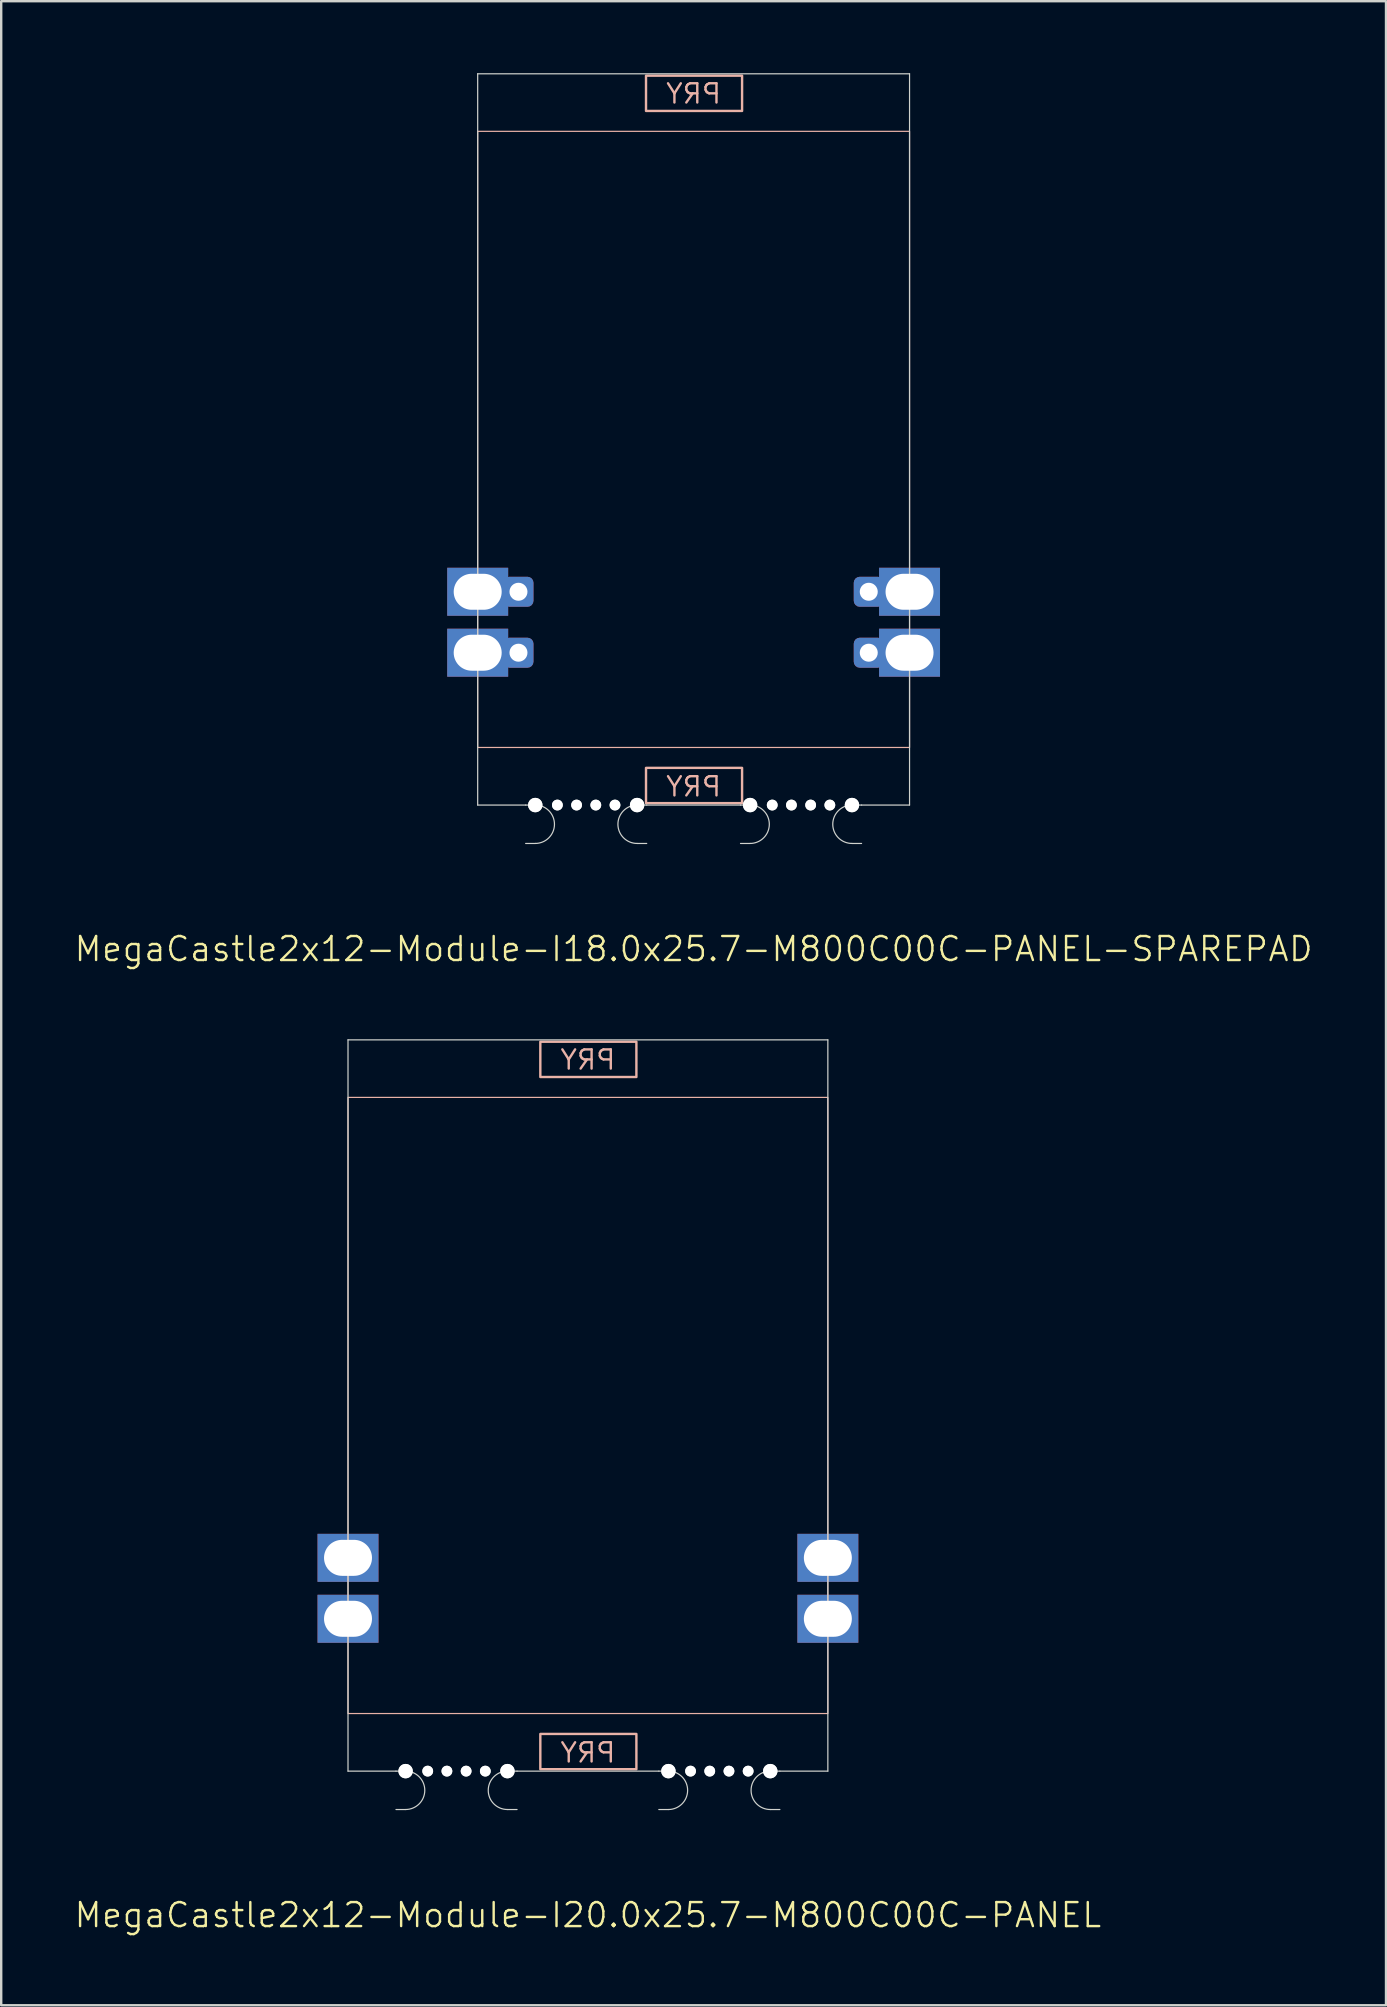
<source format=kicad_pcb>
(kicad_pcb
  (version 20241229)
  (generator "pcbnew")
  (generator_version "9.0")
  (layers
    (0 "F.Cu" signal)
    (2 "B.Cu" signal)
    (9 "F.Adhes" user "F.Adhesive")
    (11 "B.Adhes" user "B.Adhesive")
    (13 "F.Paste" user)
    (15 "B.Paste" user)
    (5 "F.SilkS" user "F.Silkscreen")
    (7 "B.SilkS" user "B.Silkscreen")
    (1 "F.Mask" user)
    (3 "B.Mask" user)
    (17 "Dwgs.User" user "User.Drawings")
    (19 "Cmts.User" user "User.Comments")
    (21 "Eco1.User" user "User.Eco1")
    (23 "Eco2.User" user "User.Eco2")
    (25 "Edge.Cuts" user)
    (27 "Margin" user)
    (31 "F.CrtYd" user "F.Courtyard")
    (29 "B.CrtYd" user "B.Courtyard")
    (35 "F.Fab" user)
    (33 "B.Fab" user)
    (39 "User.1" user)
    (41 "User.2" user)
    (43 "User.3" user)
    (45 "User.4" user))
  (footprint "MegaCastle2x12-Module-I18.0x25.7-M800C00C-PANEL-SPAREPAD"
    (layer "F.Cu")
    (at 25.86 15.265)
    (property "Reference" "MegaCastle2x12-Module-I18.0x25.7-M800C00C-PANEL-SPAREPAD" (at 0 21.24 0) (unlocked yes) (layer "F.SilkS") (effects (font (size 1 1) (thickness 0.1))))
    (attr smd)
    (fp_rect (start -9 12.84) (end 9 -12.84) (stroke (width 0.05) (type default)) (fill no) (layer "B.SilkS"))
    (fp_rect (start -1.984 -13.691) (end 2.02 -15.16) (stroke (width 0.1) (type default)) (fill no) (layer "B.SilkS"))
    (fp_rect (start -1.984 13.691) (end 2.02 15.16) (stroke (width 0.1) (type default)) (fill no) (layer "B.SilkS"))
    (fp_line (start -9 -15.24) (end -9 15.24) (stroke (width 0.05) (type default)) (layer "Edge.Cuts"))
    (fp_line (start -9 -15.24) (end 9 -15.24) (stroke (width 0.05) (type default)) (layer "Edge.Cuts"))
    (fp_line (start -9 15.24) (end -7 15.24) (stroke (width 0.05) (type default)) (layer "Edge.Cuts"))
    (fp_line (start -7 15.24) (end -6.6 15.24) (stroke (width 0.05) (type default)) (layer "Edge.Cuts"))
    (fp_line (start -7 16.84) (end -6.6 16.84) (stroke (width 0.05) (type default)) (layer "Edge.Cuts"))
    (fp_line (start -1.955 15.24) (end -2.355 15.24) (stroke (width 0.05) (type default)) (layer "Edge.Cuts"))
    (fp_line (start -1.955 15.24) (end 1.955 15.24) (stroke (width 0.05) (type default)) (layer "Edge.Cuts"))
    (fp_line (start -1.955 16.84) (end -2.355 16.84) (stroke (width 0.05) (type default)) (layer "Edge.Cuts"))
    (fp_line (start 1.955 15.24) (end 2.355 15.24) (stroke (width 0.05) (type default)) (layer "Edge.Cuts"))
    (fp_line (start 1.955 16.84) (end 2.355 16.84) (stroke (width 0.05) (type default)) (layer "Edge.Cuts"))
    (fp_line (start 7 15.24) (end 6.6 15.24) (stroke (width 0.05) (type default)) (layer "Edge.Cuts"))
    (fp_line (start 7 15.24) (end 9 15.24) (stroke (width 0.05) (type default)) (layer "Edge.Cuts"))
    (fp_line (start 7 16.84) (end 6.6 16.84) (stroke (width 0.05) (type default)) (layer "Edge.Cuts"))
    (fp_line (start 9 -15.24) (end 9 15.24) (stroke (width 0.05) (type default)) (layer "Edge.Cuts"))
    (fp_arc (start -6.6 15.24) (mid -5.8 16.040001) (end -6.6 16.84) (stroke (width 0.05) (type default)) (layer "Edge.Cuts"))
    (fp_arc (start -2.355 16.84) (mid -3.155 16.04) (end -2.355 15.24) (stroke (width 0.05) (type default)) (layer "Edge.Cuts"))
    (fp_arc (start 2.355 15.24) (mid 3.155 16.040001) (end 2.355 16.84) (stroke (width 0.05) (type default)) (layer "Edge.Cuts"))
    (fp_arc (start 6.6 16.84) (mid 5.8 16.04) (end 6.6 15.24) (stroke (width 0.05) (type default)) (layer "Edge.Cuts"))
    (fp_text user "PRY" (at 0 -13.94 0) (unlocked yes) (layer "B.SilkS") (effects (font (size 0.8 0.8) (thickness 0.1)) (justify bottom mirror)))
    (fp_text user "PRY" (at 0 14.94 0) (unlocked yes) (layer "B.SilkS") (effects (font (size 0.8 0.8) (thickness 0.1)) (justify bottom mirror)))
    (pad "" np_thru_hole circle (at -6.6 15.24) (size 0.6 0.6) (drill 0.6) (layers "*.Cu" "Edge.Cuts"))
    (pad "" np_thru_hole circle (at -5.678 15.24) (size 0.45 0.45) (drill 0.45) (layers "*.Cu" "Edge.Cuts"))
    (pad "" np_thru_hole circle (at -4.878 15.24) (size 0.45 0.45) (drill 0.45) (layers "*.Cu" "Edge.Cuts"))
    (pad "" np_thru_hole circle (at -4.077 15.24) (size 0.45 0.45) (drill 0.45) (layers "*.Cu" "Edge.Cuts"))
    (pad "" np_thru_hole circle (at -3.277 15.24) (size 0.45 0.45) (drill 0.45) (layers "*.Cu" "Edge.Cuts"))
    (pad "" np_thru_hole circle (at -2.355 15.24) (size 0.6 0.6) (drill 0.6) (layers "*.Cu" "Edge.Cuts"))
    (pad "" np_thru_hole circle (at 2.355 15.24) (size 0.6 0.6) (drill 0.6) (layers "*.Cu" "Edge.Cuts"))
    (pad "" np_thru_hole circle (at 3.277 15.24) (size 0.45 0.45) (drill 0.45) (layers "*.Cu" "Edge.Cuts"))
    (pad "" np_thru_hole circle (at 4.077 15.24) (size 0.45 0.45) (drill 0.45) (layers "*.Cu" "Edge.Cuts"))
    (pad "" np_thru_hole circle (at 4.878 15.24) (size 0.45 0.45) (drill 0.45) (layers "*.Cu" "Edge.Cuts"))
    (pad "" np_thru_hole circle (at 5.678 15.24) (size 0.45 0.45) (drill 0.45) (layers "*.Cu" "Edge.Cuts"))
    (pad "" np_thru_hole circle (at 6.6 15.24) (size 0.6 0.6) (drill 0.6) (layers "*.Cu" "Edge.Cuts"))
    (pad "9" thru_hole rect (at -9 6.35) (size 2.54 2) (drill oval 2 1.5) (property pad_prop_castellated) (layers "*.Cu" "*.Mask"))
    (pad "9" thru_hole roundrect (at -7.3 6.35 180) (size 1.25 1.25) (drill 0.75) (layers "*.Cu" "*.Mask") (roundrect_rratio 0.2))
    (pad "10" thru_hole rect (at -9 8.89) (size 2.54 2) (drill oval 2 1.5) (property pad_prop_castellated) (layers "*.Cu" "*.Mask"))
    (pad "10" thru_hole roundrect (at -7.3 8.89 180) (size 1.25 1.25) (drill 0.75) (layers "*.Cu" "*.Mask") (roundrect_rratio 0.2))
    (pad "21" thru_hole roundrect (at 7.3 6.35 180) (size 1.25 1.25) (drill 0.75) (layers "*.Cu" "*.Mask") (roundrect_rratio 0.2))
    (pad "21" thru_hole rect (at 9 6.35) (size 2.54 2) (drill oval 2 1.5) (property pad_prop_castellated) (layers "*.Cu" "*.Mask"))
    (pad "22" thru_hole roundrect (at 7.3 8.89 180) (size 1.25 1.25) (drill 0.75) (layers "*.Cu" "*.Mask") (roundrect_rratio 0.2))
    (pad "22" thru_hole rect (at 9 8.89) (size 2.54 2) (drill oval 2 1.5) (property pad_prop_castellated) (layers "*.Cu" "*.Mask"))
    (zone (net_name "") (layer "B.Cu") (hatch edge 0.5) (connect_pads) (min_thickness 0.25) (filled_areas_thickness no) (keepout (tracks allowed) (vias allowed) (pads allowed) (copperpour allowed) (footprints not_allowed)) (placement (enabled no)) (fill) (polygon (pts (xy 16.86 30.505) (xy 16.86 0.025))))
    (zone (net_name "") (layer "B.Cu") (hatch edge 0.5) (connect_pads) (min_thickness 0.25) (filled_areas_thickness no) (keepout (tracks allowed) (vias allowed) (pads allowed) (copperpour allowed) (footprints not_allowed)) (placement (enabled no)) (fill) (polygon (pts (xy 34.86 30.505) (xy 34.86 0.025))))
    (zone (net_name "") (layer "B.Cu") (hatch edge 0.5) (connect_pads) (min_thickness 0.25) (filled_areas_thickness no) (keepout (tracks allowed) (vias allowed) (pads allowed) (copperpour allowed) (footprints not_allowed)) (placement (enabled no)) (fill) (polygon (pts (xy 16.86 0.025) (xy 16.86 2.425) (xy 34.86 2.425) (xy 34.86 0.025))))
    (zone (net_name "") (layer "B.Cu") (hatch edge 0.5) (connect_pads) (min_thickness 0.25) (filled_areas_thickness no) (keepout (tracks allowed) (vias allowed) (pads allowed) (copperpour allowed) (footprints not_allowed)) (placement (enabled no)) (fill) (polygon (pts (xy 16.86 30.505) (xy 16.86 28.105) (xy 34.86 28.105) (xy 34.86 30.505))))
    (zone (net_name "") (layer "B.Cu") (name "Upper Pry Zone") (hatch edge 0.5) (connect_pads) (min_thickness 0.25) (filled_areas_thickness no) (keepout (tracks not_allowed) (vias not_allowed) (pads not_allowed) (copperpour allowed) (footprints not_allowed)) (placement (enabled no)) (fill) (polygon (pts (xy 23.875 1.574) (xy 23.875 0.105) (xy 27.879 0.105) (xy 27.879 1.574))))
    (zone (net_name "") (layer "B.Cu") (name "Upper Pry Zone") (hatch edge 0.5) (connect_pads) (min_thickness 0.25) (filled_areas_thickness no) (keepout (tracks not_allowed) (vias not_allowed) (pads not_allowed) (copperpour allowed) (footprints not_allowed)) (placement (enabled no)) (fill) (polygon (pts (xy 23.875 28.956) (xy 23.875 30.425) (xy 27.879 30.425) (xy 27.879 28.956)))))
  (footprint "MegaCastle2x12-Module-I20.0x25.7-M800C00C-PANEL"
    (layer "F.Cu")
    (at 21.455 55.531)
    (property "Reference" "MegaCastle2x12-Module-I20.0x25.7-M800C00C-PANEL" (at 0 21.24 0) (unlocked yes) (layer "F.SilkS") (effects (font (size 1 1) (thickness 0.1))))
    (attr smd)
    (fp_rect (start -10 12.84) (end 10 -12.84) (stroke (width 0.05) (type default)) (fill no) (layer "B.SilkS"))
    (fp_rect (start -1.984 -13.691) (end 2.02 -15.16) (stroke (width 0.1) (type default)) (fill no) (layer "B.SilkS"))
    (fp_rect (start -1.984 13.691) (end 2.02 15.16) (stroke (width 0.1) (type default)) (fill no) (layer "B.SilkS"))
    (fp_line (start -10 -15.24) (end -10 15.24) (stroke (width 0.05) (type default)) (layer "Edge.Cuts"))
    (fp_line (start -10 -15.24) (end 10 -15.24) (stroke (width 0.05) (type default)) (layer "Edge.Cuts"))
    (fp_line (start -10 15.24) (end -8 15.24) (stroke (width 0.05) (type default)) (layer "Edge.Cuts"))
    (fp_line (start -8 15.24) (end -7.6 15.24) (stroke (width 0.05) (type default)) (layer "Edge.Cuts"))
    (fp_line (start -8 16.84) (end -7.6 16.84) (stroke (width 0.05) (type default)) (layer "Edge.Cuts"))
    (fp_line (start -2.955 15.24) (end -3.355 15.24) (stroke (width 0.05) (type default)) (layer "Edge.Cuts"))
    (fp_line (start -2.955 15.24) (end 2.955 15.24) (stroke (width 0.05) (type default)) (layer "Edge.Cuts"))
    (fp_line (start -2.955 16.84) (end -3.355 16.84) (stroke (width 0.05) (type default)) (layer "Edge.Cuts"))
    (fp_line (start 2.955 15.24) (end 3.355 15.24) (stroke (width 0.05) (type default)) (layer "Edge.Cuts"))
    (fp_line (start 2.955 16.84) (end 3.355 16.84) (stroke (width 0.05) (type default)) (layer "Edge.Cuts"))
    (fp_line (start 8 15.24) (end 7.6 15.24) (stroke (width 0.05) (type default)) (layer "Edge.Cuts"))
    (fp_line (start 8 15.24) (end 10 15.24) (stroke (width 0.05) (type default)) (layer "Edge.Cuts"))
    (fp_line (start 8 16.84) (end 7.6 16.84) (stroke (width 0.05) (type default)) (layer "Edge.Cuts"))
    (fp_line (start 10 -15.24) (end 10 15.24) (stroke (width 0.05) (type default)) (layer "Edge.Cuts"))
    (fp_arc (start -7.6 15.24) (mid -6.8 16.040001) (end -7.6 16.84) (stroke (width 0.05) (type default)) (layer "Edge.Cuts"))
    (fp_arc (start -3.355 16.84) (mid -4.155 16.04) (end -3.355 15.24) (stroke (width 0.05) (type default)) (layer "Edge.Cuts"))
    (fp_arc (start 3.355 15.24) (mid 4.155 16.040001) (end 3.355 16.84) (stroke (width 0.05) (type default)) (layer "Edge.Cuts"))
    (fp_arc (start 7.6 16.84) (mid 6.8 16.04) (end 7.6 15.24) (stroke (width 0.05) (type default)) (layer "Edge.Cuts"))
    (fp_text user "PRY" (at 0 14.94 0) (unlocked yes) (layer "B.SilkS") (effects (font (size 0.8 0.8) (thickness 0.1)) (justify bottom mirror)))
    (fp_text user "PRY" (at 0 -13.94 0) (unlocked yes) (layer "B.SilkS") (effects (font (size 0.8 0.8) (thickness 0.1)) (justify bottom mirror)))
    (pad "" np_thru_hole circle (at -7.6 15.24) (size 0.6 0.6) (drill 0.6) (layers "*.Cu" "Edge.Cuts"))
    (pad "" np_thru_hole circle (at -6.678 15.24) (size 0.45 0.45) (drill 0.45) (layers "*.Cu" "Edge.Cuts"))
    (pad "" np_thru_hole circle (at -5.878 15.24) (size 0.45 0.45) (drill 0.45) (layers "*.Cu" "Edge.Cuts"))
    (pad "" np_thru_hole circle (at -5.077 15.24) (size 0.45 0.45) (drill 0.45) (layers "*.Cu" "Edge.Cuts"))
    (pad "" np_thru_hole circle (at -4.277 15.24) (size 0.45 0.45) (drill 0.45) (layers "*.Cu" "Edge.Cuts"))
    (pad "" np_thru_hole circle (at -3.355 15.24) (size 0.6 0.6) (drill 0.6) (layers "*.Cu" "Edge.Cuts"))
    (pad "" np_thru_hole circle (at 3.355 15.24) (size 0.6 0.6) (drill 0.6) (layers "*.Cu" "Edge.Cuts"))
    (pad "" np_thru_hole circle (at 4.277 15.24) (size 0.45 0.45) (drill 0.45) (layers "*.Cu" "Edge.Cuts"))
    (pad "" np_thru_hole circle (at 5.077 15.24) (size 0.45 0.45) (drill 0.45) (layers "*.Cu" "Edge.Cuts"))
    (pad "" np_thru_hole circle (at 5.878 15.24) (size 0.45 0.45) (drill 0.45) (layers "*.Cu" "Edge.Cuts"))
    (pad "" np_thru_hole circle (at 6.678 15.24) (size 0.45 0.45) (drill 0.45) (layers "*.Cu" "Edge.Cuts"))
    (pad "" np_thru_hole circle (at 7.6 15.24) (size 0.6 0.6) (drill 0.6) (layers "*.Cu" "Edge.Cuts"))
    (pad "9" thru_hole rect (at -10 6.35) (size 2.54 2) (drill oval 2 1.5) (property pad_prop_castellated) (layers "*.Cu" "*.Mask"))
    (pad "10" thru_hole rect (at -10 8.89) (size 2.54 2) (drill oval 2 1.5) (property pad_prop_castellated) (layers "*.Cu" "*.Mask"))
    (pad "21" thru_hole rect (at 10 6.35) (size 2.54 2) (drill oval 2 1.5) (property pad_prop_castellated) (layers "*.Cu" "*.Mask"))
    (pad "22" thru_hole rect (at 10 8.89) (size 2.54 2) (drill oval 2 1.5) (property pad_prop_castellated) (layers "*.Cu" "*.Mask"))
    (zone (net_name "") (layer "B.Cu") (hatch edge 0.5) (connect_pads) (min_thickness 0.25) (filled_areas_thickness no) (keepout (tracks allowed) (vias allowed) (pads allowed) (copperpour allowed) (footprints not_allowed)) (placement (enabled no)) (fill) (polygon (pts (xy 11.455 70.77) (xy 11.455 40.291))))
    (zone (net_name "") (layer "B.Cu") (hatch edge 0.5) (connect_pads) (min_thickness 0.25) (filled_areas_thickness no) (keepout (tracks allowed) (vias allowed) (pads allowed) (copperpour allowed) (footprints not_allowed)) (placement (enabled no)) (fill) (polygon (pts (xy 31.455 70.77) (xy 31.455 40.291))))
    (zone (net_name "") (layer "B.Cu") (hatch edge 0.5) (connect_pads) (min_thickness 0.25) (filled_areas_thickness no) (keepout (tracks allowed) (vias allowed) (pads allowed) (copperpour allowed) (footprints not_allowed)) (placement (enabled no)) (fill) (polygon (pts (xy 11.455 40.291) (xy 11.455 42.691) (xy 31.455 42.691) (xy 31.455 40.291))))
    (zone (net_name "") (layer "B.Cu") (hatch edge 0.5) (connect_pads) (min_thickness 0.25) (filled_areas_thickness no) (keepout (tracks allowed) (vias allowed) (pads allowed) (copperpour allowed) (footprints not_allowed)) (placement (enabled no)) (fill) (polygon (pts (xy 11.455 70.77) (xy 11.455 68.371) (xy 31.455 68.371) (xy 31.455 70.77))))
    (zone (net_name "") (layer "B.Cu") (name "Upper Pry Zone") (hatch edge 0.5) (connect_pads) (min_thickness 0.25) (filled_areas_thickness no) (keepout (tracks not_allowed) (vias not_allowed) (pads not_allowed) (copperpour allowed) (footprints not_allowed)) (placement (enabled no)) (fill) (polygon (pts (xy 19.471 41.839) (xy 19.471 40.37) (xy 23.474 40.37) (xy 23.474 41.839))))
    (zone (net_name "") (layer "B.Cu") (name "Upper Pry Zone") (hatch edge 0.5) (connect_pads) (min_thickness 0.25) (filled_areas_thickness no) (keepout (tracks not_allowed) (vias not_allowed) (pads not_allowed) (copperpour allowed) (footprints not_allowed)) (placement (enabled no)) (fill) (polygon (pts (xy 19.471 69.222) (xy 19.471 70.691) (xy 23.474 70.691) (xy 23.474 69.222)))))
  (gr_rect
    (start -3 -3)
    (end 54.719 80.531)
    (stroke (width 0.1) (type default))
    (fill no)
    (layer "Edge.Cuts")))
</source>
